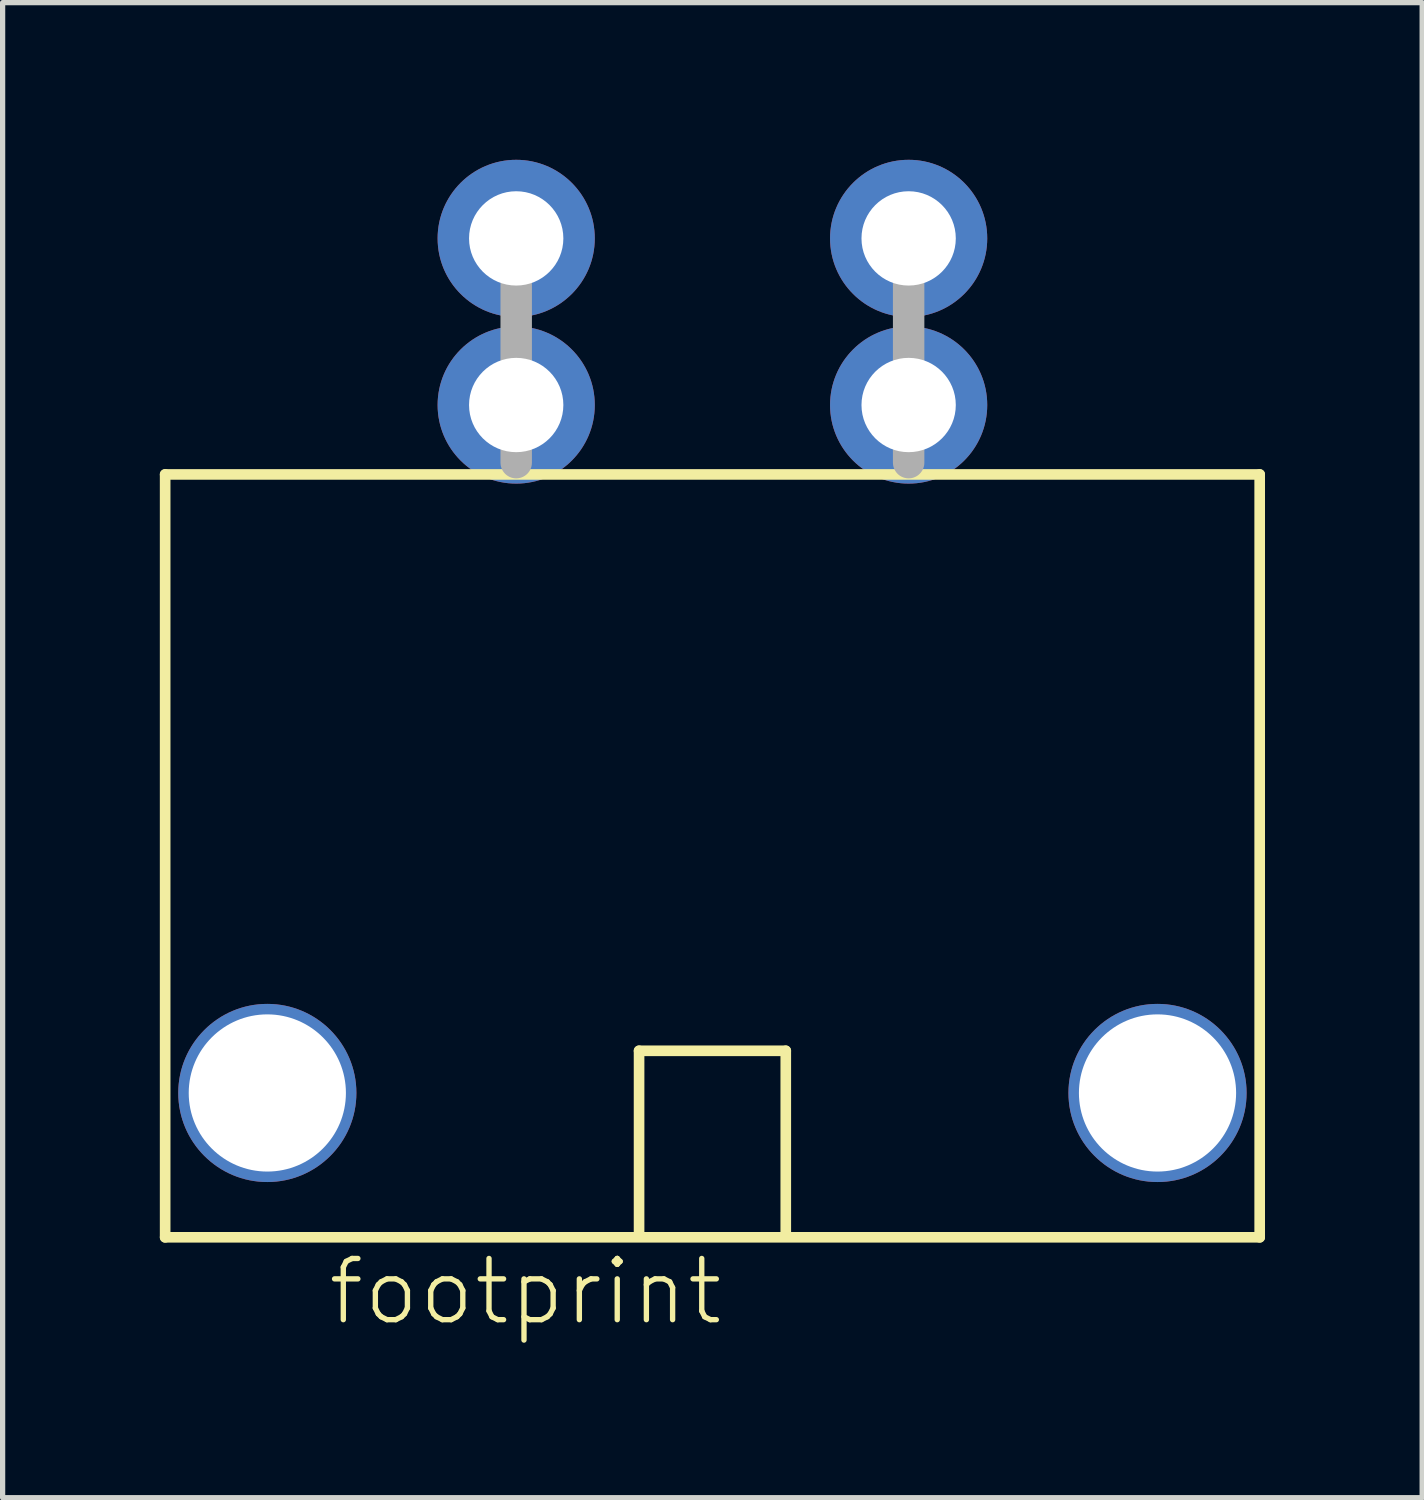
<source format=kicad_pcb>
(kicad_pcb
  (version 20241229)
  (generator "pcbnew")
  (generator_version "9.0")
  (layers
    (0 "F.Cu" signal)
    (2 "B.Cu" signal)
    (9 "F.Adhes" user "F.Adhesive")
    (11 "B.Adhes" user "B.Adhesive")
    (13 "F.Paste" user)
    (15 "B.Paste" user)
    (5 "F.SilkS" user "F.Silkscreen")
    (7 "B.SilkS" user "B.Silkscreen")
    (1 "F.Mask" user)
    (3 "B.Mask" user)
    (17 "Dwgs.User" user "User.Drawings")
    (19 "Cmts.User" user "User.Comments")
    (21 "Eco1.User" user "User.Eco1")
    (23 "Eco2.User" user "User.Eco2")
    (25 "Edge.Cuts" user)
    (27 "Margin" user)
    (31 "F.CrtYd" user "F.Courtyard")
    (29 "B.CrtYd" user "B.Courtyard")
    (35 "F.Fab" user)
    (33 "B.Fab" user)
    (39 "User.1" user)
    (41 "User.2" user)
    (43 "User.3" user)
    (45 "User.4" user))
  (footprint "footprint"
    (layer "F.Cu")
    (at 10.547 4.68)
    (property "Reference" "footprint" (at -7.39 17.605 0) (layer "F.SilkS") (effects (font (size 1.168 1.168) (thickness 0.102)) (justify left bottom)))
    (fp_line (start -10.445 1.325) (end 10.445 1.325) (stroke (width 0.203) (type solid)) (layer "F.SilkS"))
    (fp_line (start -10.445 15.885) (end -10.445 1.325) (stroke (width 0.203) (type solid)) (layer "F.SilkS"))
    (fp_line (start -10.445 15.885) (end 10.445 15.885) (stroke (width 0.203) (type solid)) (layer "F.SilkS"))
    (fp_line (start -1.4 12.325) (end 1.4 12.325) (stroke (width 0.203) (type solid)) (layer "F.SilkS"))
    (fp_line (start -1.4 15.8) (end -1.4 12.325) (stroke (width 0.203) (type solid)) (layer "F.SilkS"))
    (fp_line (start 1.4 12.325) (end 1.4 15.85) (stroke (width 0.203) (type solid)) (layer "F.SilkS"))
    (fp_line (start 10.445 1.325) (end 10.445 15.885) (stroke (width 0.203) (type solid)) (layer "F.SilkS"))
    (fp_line (start -3.745 -3.745) (end -3.745 1.1) (stroke (width 0.6) (type solid)) (layer "F.Fab"))
    (fp_line (start 3.745 -3.745) (end 3.745 1.1) (stroke (width 0.6) (type solid)) (layer "F.Fab"))
    (pad "1@1" thru_hole circle (at -3.745 0) (size 3 3) (drill 1.8) (layers "*.Cu" "*.Mask"))
    (pad "1@2" thru_hole circle (at -3.745 -3.18) (size 3 3) (drill 1.8) (layers "*.Cu" "*.Mask"))
    (pad "2@1" thru_hole circle (at 3.745 0) (size 3 3) (drill 1.8) (layers "*.Cu" "*.Mask"))
    (pad "2@2" thru_hole circle (at 3.745 -3.18) (size 3 3) (drill 1.8) (layers "*.Cu" "*.Mask"))
    (pad "M1" thru_hole circle (at -8.495 13.13) (size 3.4 3.4) (drill 3) (layers "*.Cu" "*.Mask"))
    (pad "M2" thru_hole circle (at 8.495 13.13) (size 3.4 3.4) (drill 3) (layers "*.Cu" "*.Mask")))
  (gr_rect
    (start -3 -3)
    (end 24.093 25.535)
    (stroke (width 0.1) (type default))
    (fill no)
    (layer "Edge.Cuts")))
</source>
